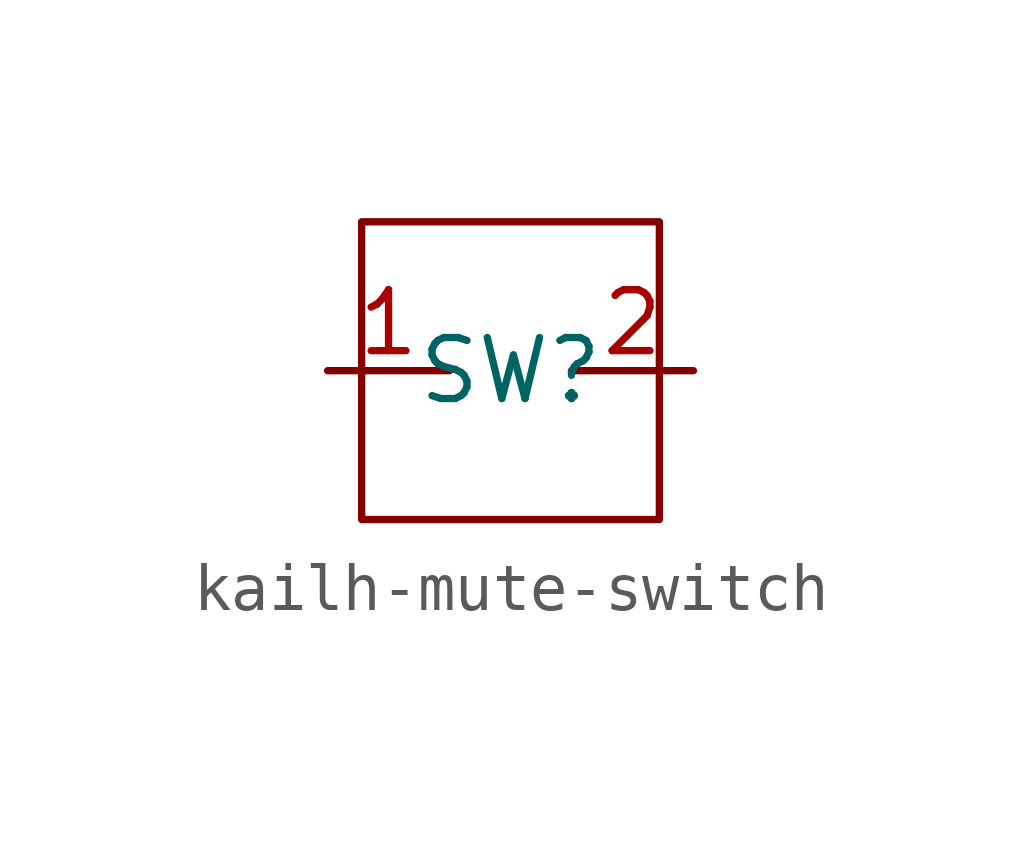
<source format=kicad_sym>
(kicad_symbol_lib
  (version 20241209)
  (generator "kicad_symbol_editor")
  (generator_version "9.0")
  (symbol "kailh-mute-switch"
    (property "Reference" "SW"
      (at 0 0 0)
      (effects (font (size 1.27 1.27))))
    (property "Value" ""
      (at 0 0 0)
      (effects (font (size 1.27 1.27))))
    (symbol "kailh-mute-switch_0_1"
      (rectangle (start -3.1 3.1) (end 3.1 -3.1) (stroke (width 0) (type default)) (fill (type none))))
    (symbol "kailh-mute-switch_1_1"
      (pin input line (at -3.81 0 0) (length 2.54) (name "" (effects (font (size 1.27 1.27)))) (number "1" (effects (font (size 1.27 1.27)))))
      (pin input line (at 3.81 0 180) (length 2.54) (name "" (effects (font (size 1.27 1.27)))) (number "2" (effects (font (size 1.27 1.27))))))))
</source>
